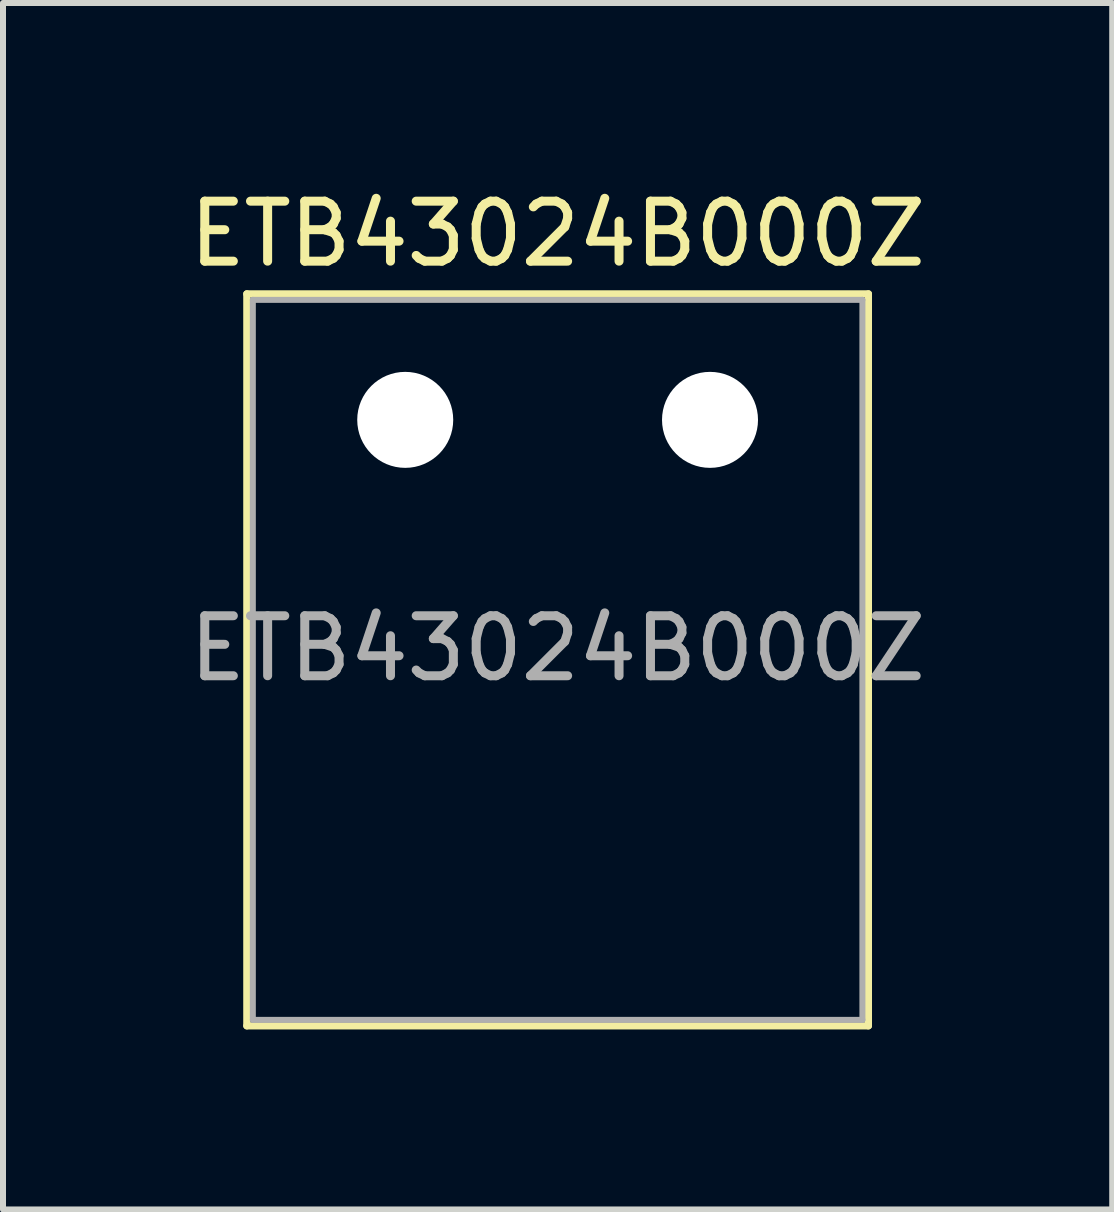
<source format=kicad_pcb>
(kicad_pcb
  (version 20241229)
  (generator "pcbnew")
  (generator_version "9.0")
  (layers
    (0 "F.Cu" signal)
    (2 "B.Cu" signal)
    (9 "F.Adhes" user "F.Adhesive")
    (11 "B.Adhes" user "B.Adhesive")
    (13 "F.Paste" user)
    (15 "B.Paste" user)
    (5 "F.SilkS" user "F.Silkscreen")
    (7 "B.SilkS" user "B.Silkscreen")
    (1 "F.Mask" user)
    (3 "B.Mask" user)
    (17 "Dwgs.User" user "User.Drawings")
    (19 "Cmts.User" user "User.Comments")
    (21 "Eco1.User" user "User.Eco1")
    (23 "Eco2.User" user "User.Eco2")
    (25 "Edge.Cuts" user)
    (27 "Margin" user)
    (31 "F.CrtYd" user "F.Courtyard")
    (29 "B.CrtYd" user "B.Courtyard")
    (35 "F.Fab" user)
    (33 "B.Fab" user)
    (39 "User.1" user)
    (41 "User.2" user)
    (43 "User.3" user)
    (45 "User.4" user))
  (footprint "ETB43024B000Z"
    (layer "F.Cu")
    (at 3.704 3.948)
    (property "Reference" "ETB43024B000Z" (at 2.54 -3.1 0) (unlocked yes) (layer "F.SilkS") (effects (font (size 1 1) (thickness 0.15))))
    (attr through_hole)
    (fp_line (start -2.64 -2.1) (end -2.64 10.1) (stroke (width 0.12) (type default)) (layer "F.SilkS"))
    (fp_line (start -2.64 -2.1) (end 7.72 -2.1) (stroke (width 0.12) (type default)) (layer "F.SilkS"))
    (fp_line (start 7.72 -2.1) (end 7.72 10.1) (stroke (width 0.12) (type default)) (layer "F.SilkS"))
    (fp_line (start 7.72 10.1) (end -2.64 10.1) (stroke (width 0.12) (type default)) (layer "F.SilkS"))
    (fp_line (start -2.54 -2) (end 7.62 -2) (stroke (width 0.1) (type default)) (layer "F.Fab"))
    (fp_line (start -2.54 10) (end -2.54 -2) (stroke (width 0.1) (type default)) (layer "F.Fab"))
    (fp_line (start -2.54 10) (end 7.62 10) (stroke (width 0.1) (type default)) (layer "F.Fab"))
    (fp_line (start 7.62 -2) (end 7.62 10) (stroke (width 0.1) (type default)) (layer "F.Fab"))
    (fp_text user "${REFERENCE}" (at 2.54 3.81 0) (unlocked yes) (layer "F.Fab") (effects (font (size 1 1) (thickness 0.15))))
    (pad "1" thru_hole circle (at 0 0) (size 2.8 2.8) (drill 1.6) (layers "*.Cu" "*.Mask") (remove_unused_layers yes) (zone_layer_connections))
    (pad "2" thru_hole circle (at 5.08 0) (size 2.8 2.8) (drill 1.6) (layers "*.Cu" "*.Mask") (remove_unused_layers yes) (zone_layer_connections)))
  (gr_rect
    (start -3 -3)
    (end 15.488 17.108)
    (stroke (width 0.1) (type default))
    (fill no)
    (layer "Edge.Cuts")))
</source>
